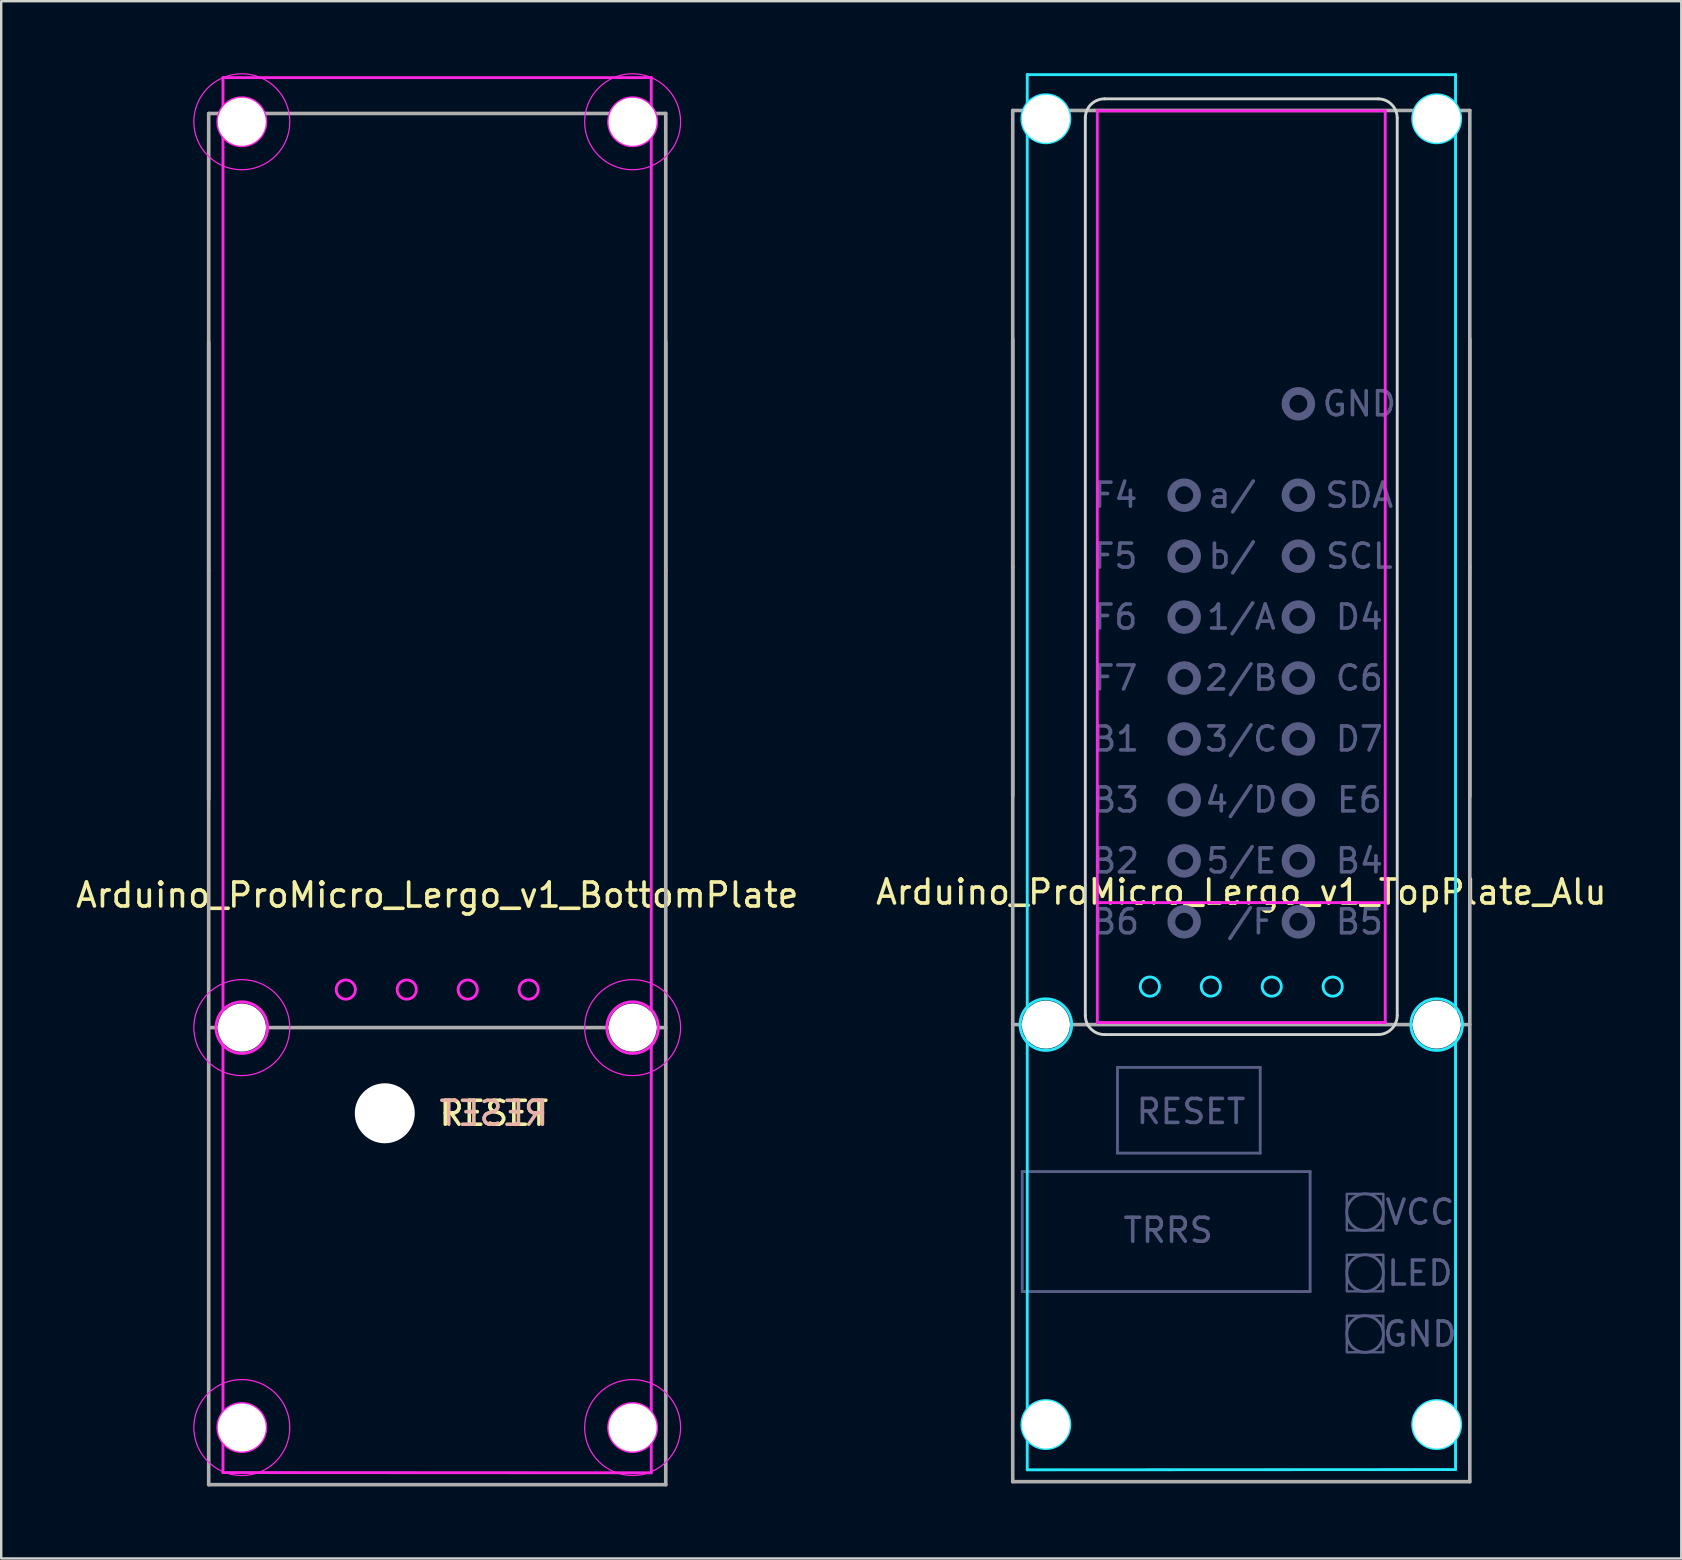
<source format=kicad_pcb>
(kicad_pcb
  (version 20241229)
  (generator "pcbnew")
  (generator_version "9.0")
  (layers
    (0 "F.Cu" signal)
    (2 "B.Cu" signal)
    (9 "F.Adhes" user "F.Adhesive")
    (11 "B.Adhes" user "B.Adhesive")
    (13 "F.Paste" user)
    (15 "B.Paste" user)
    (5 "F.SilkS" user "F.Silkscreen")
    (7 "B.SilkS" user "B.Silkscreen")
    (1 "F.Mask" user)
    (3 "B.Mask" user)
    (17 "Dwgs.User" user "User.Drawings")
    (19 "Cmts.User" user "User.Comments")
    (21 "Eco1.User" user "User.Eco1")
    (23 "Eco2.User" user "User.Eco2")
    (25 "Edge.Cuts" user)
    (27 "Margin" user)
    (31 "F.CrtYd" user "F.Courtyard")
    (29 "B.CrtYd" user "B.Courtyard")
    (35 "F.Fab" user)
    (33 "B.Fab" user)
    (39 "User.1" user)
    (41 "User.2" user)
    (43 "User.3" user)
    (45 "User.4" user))
  (footprint "Arduino_ProMicro_Lergo_v1_TopPlate_Alu"
    (layer "F.Cu")
    (at 48.685 30.13)
    (property "Reference" "Arduino_ProMicro_Lergo_v1_TopPlate_Alu" (at 0 4 0) (layer "F.SilkS") (effects (font (size 1 1) (thickness 0.15))))
    (attr through_hole)
    (fp_line (start -6.5 9.14) (end -6.5 -28.26) (stroke (width 0.12) (type solid)) (layer "Edge.Cuts"))
    (fp_line (start -5.7 -29.06) (end 5.7 -29.06) (stroke (width 0.12) (type solid)) (layer "Edge.Cuts"))
    (fp_line (start 5.7 9.94) (end -5.7 9.94) (stroke (width 0.12) (type solid)) (layer "Edge.Cuts"))
    (fp_line (start 6.5 -28.26) (end 6.5 9.14) (stroke (width 0.12) (type solid)) (layer "Edge.Cuts"))
    (fp_arc (start -6.5 -28.26) (mid -6.265685 -28.825685) (end -5.7 -29.06) (stroke (width 0.12) (type solid)) (layer "Edge.Cuts"))
    (fp_arc (start -5.7 9.94) (mid -6.265685 9.705685) (end -6.5 9.14) (stroke (width 0.12) (type solid)) (layer "Edge.Cuts"))
    (fp_arc (start 5.7 -29.06) (mid 6.265685 -28.825685) (end 6.5 -28.26) (stroke (width 0.12) (type solid)) (layer "Edge.Cuts"))
    (fp_arc (start 6.5 9.14) (mid 6.265685 9.705685) (end 5.7 9.94) (stroke (width 0.12) (type solid)) (layer "Edge.Cuts"))
    (fp_line (start -8.92 -30.07) (end -8.92 28.08) (stroke (width 0.12) (type solid)) (layer "B.CrtYd"))
    (fp_line (start -8.92 28.08) (end 8.93 28.07) (stroke (width 0.12) (type solid)) (layer "B.CrtYd"))
    (fp_line (start 8.93 -30.07) (end -8.92 -30.07) (stroke (width 0.12) (type solid)) (layer "B.CrtYd"))
    (fp_line (start 8.93 28.07) (end 8.93 -30.07) (stroke (width 0.12) (type solid)) (layer "B.CrtYd"))
    (fp_circle (center -8.144 -28.23) (end -9.144 -28.23) (stroke (width 0.12) (type solid)) (fill no) (layer "B.CrtYd"))
    (fp_circle (center -8.144 9.525) (end -9.219 9.525) (stroke (width 0.12) (type solid)) (fill no) (layer "B.CrtYd"))
    (fp_circle (center -8.144 26.194) (end -9.144 26.194) (stroke (width 0.12) (type solid)) (fill no) (layer "B.CrtYd"))
    (fp_circle (center -3.81 7.94) (end -4.21 7.94) (stroke (width 0.12) (type solid)) (fill no) (layer "B.CrtYd"))
    (fp_circle (center -1.27 7.94) (end -1.67 7.94) (stroke (width 0.12) (type solid)) (fill no) (layer "B.CrtYd"))
    (fp_circle (center 1.27 7.94) (end 0.87 7.94) (stroke (width 0.12) (type solid)) (fill no) (layer "B.CrtYd"))
    (fp_circle (center 3.81 7.94) (end 3.41 7.94) (stroke (width 0.12) (type solid)) (fill no) (layer "B.CrtYd"))
    (fp_circle (center 8.144 -28.23) (end 7.144 -28.23) (stroke (width 0.12) (type solid)) (fill no) (layer "B.CrtYd"))
    (fp_circle (center 8.144 9.525) (end 7.069 9.525) (stroke (width 0.12) (type solid)) (fill no) (layer "B.CrtYd"))
    (fp_circle (center 8.144 26.194) (end 7.144 26.194) (stroke (width 0.12) (type solid)) (fill no) (layer "B.CrtYd"))
    (fp_line (start -6 -28.56) (end -6 9.44) (stroke (width 0.12) (type solid)) (layer "F.CrtYd"))
    (fp_line (start -6 -28.56) (end 6 -28.56) (stroke (width 0.12) (type solid)) (layer "F.CrtYd"))
    (fp_line (start -6 4.44) (end 6 4.44) (stroke (width 0.12) (type solid)) (layer "F.CrtYd"))
    (fp_line (start -6 9.44) (end 6 9.44) (stroke (width 0.12) (type solid)) (layer "F.CrtYd"))
    (fp_line (start 6 9.44) (end 6 -28.56) (stroke (width 0.12) (type solid)) (layer "F.CrtYd"))
    (fp_line (start -9.13 15.65) (end 2.87 15.65) (stroke (width 0.12) (type solid)) (layer "B.Fab"))
    (fp_line (start -9.13 20.65) (end -9.13 15.65) (stroke (width 0.12) (type solid)) (layer "B.Fab"))
    (fp_line (start -5.16 11.31) (end 0.79 11.31) (stroke (width 0.12) (type solid)) (layer "B.Fab"))
    (fp_line (start -5.16 14.88) (end -5.16 11.31) (stroke (width 0.12) (type solid)) (layer "B.Fab"))
    (fp_line (start 0.79 11.31) (end 0.79 14.88) (stroke (width 0.12) (type solid)) (layer "B.Fab"))
    (fp_line (start 0.79 14.88) (end -5.16 14.88) (stroke (width 0.12) (type solid)) (layer "B.Fab"))
    (fp_line (start 2.87 15.65) (end 2.87 20.65) (stroke (width 0.12) (type solid)) (layer "B.Fab"))
    (fp_line (start 2.87 20.65) (end -9.13 20.65) (stroke (width 0.12) (type solid)) (layer "B.Fab"))
    (fp_circle (center -2.38 -12.54) (end -1.843 -12.54) (stroke (width 0.325) (type solid)) (fill no) (layer "B.Fab"))
    (fp_circle (center -2.38 -10) (end -1.843 -10) (stroke (width 0.325) (type solid)) (fill no) (layer "B.Fab"))
    (fp_circle (center -2.38 -7.46) (end -1.843 -7.46) (stroke (width 0.325) (type solid)) (fill no) (layer "B.Fab"))
    (fp_circle (center -2.38 -4.92) (end -1.843 -4.92) (stroke (width 0.325) (type solid)) (fill no) (layer "B.Fab"))
    (fp_circle (center -2.38 -2.38) (end -1.843 -2.38) (stroke (width 0.325) (type solid)) (fill no) (layer "B.Fab"))
    (fp_circle (center -2.38 0.16) (end -1.843 0.16) (stroke (width 0.325) (type solid)) (fill no) (layer "B.Fab"))
    (fp_circle (center -2.38 2.7) (end -1.843 2.7) (stroke (width 0.325) (type solid)) (fill no) (layer "B.Fab"))
    (fp_circle (center -2.38 5.24) (end -1.843 5.24) (stroke (width 0.325) (type solid)) (fill no) (layer "B.Fab"))
    (fp_circle (center 2.38 -16.35) (end 2.917 -16.35) (stroke (width 0.325) (type solid)) (fill no) (layer "B.Fab"))
    (fp_circle (center 2.38 -12.54) (end 2.917 -12.54) (stroke (width 0.325) (type solid)) (fill no) (layer "B.Fab"))
    (fp_circle (center 2.38 -10) (end 2.917 -10) (stroke (width 0.325) (type solid)) (fill no) (layer "B.Fab"))
    (fp_circle (center 2.38 -7.46) (end 2.917 -7.46) (stroke (width 0.325) (type solid)) (fill no) (layer "B.Fab"))
    (fp_circle (center 2.38 -4.92) (end 2.917 -4.92) (stroke (width 0.325) (type solid)) (fill no) (layer "B.Fab"))
    (fp_circle (center 2.38 -2.38) (end 2.917 -2.38) (stroke (width 0.325) (type solid)) (fill no) (layer "B.Fab"))
    (fp_circle (center 2.38 0.16) (end 2.917 0.16) (stroke (width 0.325) (type solid)) (fill no) (layer "B.Fab"))
    (fp_circle (center 2.38 2.7) (end 2.917 2.7) (stroke (width 0.325) (type solid)) (fill no) (layer "B.Fab"))
    (fp_circle (center 2.38 5.24) (end 2.917 5.24) (stroke (width 0.325) (type solid)) (fill no) (layer "B.Fab"))
    (fp_circle (center 5.16 17.34) (end 5.922 17.34) (stroke (width 0.12) (type solid)) (fill no) (layer "B.Fab"))
    (fp_circle (center 5.16 19.88) (end 5.922 19.88) (stroke (width 0.12) (type solid)) (fill no) (layer "B.Fab"))
    (fp_circle (center 5.16 22.42) (end 5.922 22.42) (stroke (width 0.12) (type solid)) (fill no) (layer "B.Fab"))
    (fp_poly (pts (xy 5.922 18.102) (xy 4.398 18.102) (xy 4.398 16.578) (xy 5.922 16.578)) (stroke (width 0.1) (type solid)) (fill no) (layer "B.Fab"))
    (fp_poly (pts (xy 5.922 20.642) (xy 4.398 20.642) (xy 4.398 19.118) (xy 5.922 19.118)) (stroke (width 0.1) (type solid)) (fill no) (layer "B.Fab"))
    (fp_poly (pts (xy 5.922 23.182) (xy 4.398 23.182) (xy 4.398 21.658) (xy 5.922 21.658)) (stroke (width 0.1) (type solid)) (fill no) (layer "B.Fab"))
    (fp_line (start -9.525 -28.575) (end -9.525 -9.525) (stroke (width 0.15) (type solid)) (layer "F.Fab"))
    (fp_line (start -9.525 -19.05) (end -9.525 0) (stroke (width 0.15) (type solid)) (layer "F.Fab"))
    (fp_line (start -9.525 -9.525) (end -9.525 28.575) (stroke (width 0.15) (type solid)) (layer "F.Fab"))
    (fp_line (start -9.525 9.525) (end 9.525 9.525) (stroke (width 0.15) (type solid)) (layer "F.Fab"))
    (fp_line (start -9.525 28.575) (end 9.525 28.575) (stroke (width 0.15) (type solid)) (layer "F.Fab"))
    (fp_line (start 9.525 -28.575) (end -9.525 -28.575) (stroke (width 0.15) (type solid)) (layer "F.Fab"))
    (fp_line (start 9.525 -9.525) (end 9.525 -28.575) (stroke (width 0.15) (type solid)) (layer "F.Fab"))
    (fp_line (start 9.525 0) (end 9.525 -19.05) (stroke (width 0.15) (type solid)) (layer "F.Fab"))
    (fp_line (start 9.525 28.575) (end 9.525 -9.525) (stroke (width 0.15) (type solid)) (layer "F.Fab"))
    (fp_text user "E6" (at 4.92 0.16 0) (layer "B.Fab") (effects (font (size 1 1) (thickness 0.15))))
    (fp_text user "5/E" (at 0 2.7 0) (layer "B.Fab") (effects (font (size 1 1) (thickness 0.15))))
    (fp_text user "1/A" (at 0 -7.46 0) (layer "B.Fab") (effects (font (size 1 1) (thickness 0.15))))
    (fp_text user "2/B" (at 0 -4.92 0) (layer "B.Fab") (effects (font (size 1 1) (thickness 0.15))))
    (fp_text user "F7" (at -5.24 -4.92 0) (layer "B.Fab") (effects (font (size 1 1) (thickness 0.15))))
    (fp_text user "B3" (at -5.24 0.16 0) (layer "B.Fab") (effects (font (size 1 1) (thickness 0.15))))
    (fp_text user "C6" (at 4.92 -4.92 0) (layer "B.Fab") (effects (font (size 1 1) (thickness 0.15))))
    (fp_text user "a/ " (at 0 -12.54 0) (layer "B.Fab") (effects (font (size 1 1) (thickness 0.15))))
    (fp_text user "D7" (at 4.92 -2.38 0) (layer "B.Fab") (effects (font (size 1 1) (thickness 0.15))))
    (fp_text user "D4" (at 4.92 -7.46 0) (layer "B.Fab") (effects (font (size 1 1) (thickness 0.15))))
    (fp_text user "B6" (at -5.24 5.24 0) (layer "B.Fab") (effects (font (size 1 1) (thickness 0.15))))
    (fp_text user "LED" (at 7.446 19.88 0) (layer "B.Fab") (effects (font (size 1 1) (thickness 0.15))))
    (fp_text user "GND" (at 7.446 22.42 0) (layer "B.Fab") (effects (font (size 1 1) (thickness 0.15))))
    (fp_text user "3/C" (at 0 -2.38 0) (layer "B.Fab") (effects (font (size 1 1) (thickness 0.15))))
    (fp_text user "TRRS" (at -3.048 18.098 0) (layer "B.Fab") (effects (font (size 1 1) (thickness 0.15))))
    (fp_text user "GND" (at 4.92 -16.35 0) (layer "B.Fab") (effects (font (size 1 1) (thickness 0.15))))
    (fp_text user "b/ " (at 0 -10 0) (layer "B.Fab") (effects (font (size 1 1) (thickness 0.15))))
    (fp_text user "4/D" (at 0 0.16 0) (layer "B.Fab") (effects (font (size 1 1) (thickness 0.15))))
    (fp_text user "B1" (at -5.24 -2.38 0) (layer "B.Fab") (effects (font (size 1 1) (thickness 0.15))))
    (fp_text user "B2" (at -5.24 2.7 0) (layer "B.Fab") (effects (font (size 1 1) (thickness 0.15))))
    (fp_text user "F6" (at -5.24 -7.46 0) (layer "B.Fab") (effects (font (size 1 1) (thickness 0.15))))
    (fp_text user "VCC" (at 7.446 17.34 0) (layer "B.Fab") (effects (font (size 1 1) (thickness 0.15))))
    (fp_text user "B4" (at 4.92 2.7 0) (layer "B.Fab") (effects (font (size 1 1) (thickness 0.15))))
    (fp_text user "B5" (at 4.92 5.24 0) (layer "B.Fab") (effects (font (size 1 1) (thickness 0.15))))
    (fp_text user "RESET" (at -2.095 13.145 0) (layer "B.Fab") (effects (font (size 1 1) (thickness 0.15))))
    (fp_text user "SCL" (at 4.92 -10 0) (layer "B.Fab") (effects (font (size 1 1) (thickness 0.15))))
    (fp_text user "SDA" (at 4.92 -12.54 0) (layer "B.Fab") (effects (font (size 1 1) (thickness 0.15))))
    (fp_text user "F4" (at -5.24 -12.54 0) (layer "B.Fab") (effects (font (size 1 1) (thickness 0.15))))
    (fp_text user " /F" (at 0 5.24 0) (layer "B.Fab") (effects (font (size 1 1) (thickness 0.15))))
    (fp_text user "F5" (at -5.24 -10 0) (layer "B.Fab") (effects (font (size 1 1) (thickness 0.15))))
    (pad "" np_thru_hole circle (at -8.144 -28.23) (size 2 2) (drill 2) (layers "*.Cu" "*.Mask"))
    (pad "" np_thru_hole circle (at -8.144 9.525) (size 2 2) (drill 2) (layers "*.Cu" "*.Mask"))
    (pad "" np_thru_hole circle (at -8.144 26.194) (size 2 2) (drill 2) (layers "*.Cu" "*.Mask"))
    (pad "" np_thru_hole circle (at 8.144 -28.23) (size 2 2) (drill 2) (layers "*.Cu" "*.Mask"))
    (pad "" np_thru_hole circle (at 8.144 9.525) (size 2 2) (drill 2) (layers "*.Cu" "*.Mask"))
    (pad "" np_thru_hole circle (at 8.144 26.194) (size 2 2) (drill 2) (layers "*.Cu" "*.Mask")))
  (footprint "Arduino_ProMicro_Lergo_v1_BottomPlate"
    (layer "F.Cu")
    (at 15.173 30.255)
    (property "Reference" "Arduino_ProMicro_Lergo_v1_BottomPlate" (at 0 4 0) (layer "F.SilkS") (effects (font (size 1 1) (thickness 0.15))))
    (attr through_hole)
    (fp_line (start -8.93 -30.07) (end 8.92 -30.07) (stroke (width 0.12) (type solid)) (layer "F.CrtYd"))
    (fp_line (start -8.93 28.07) (end -8.93 -30.07) (stroke (width 0.12) (type solid)) (layer "F.CrtYd"))
    (fp_line (start 8.92 -30.07) (end 8.92 28.08) (stroke (width 0.12) (type solid)) (layer "F.CrtYd"))
    (fp_line (start 8.92 28.08) (end -8.93 28.07) (stroke (width 0.12) (type solid)) (layer "F.CrtYd"))
    (fp_circle (center -8.144 -28.23) (end -7.144 -28.23) (stroke (width 0.12) (type solid)) (fill no) (layer "F.CrtYd"))
    (fp_circle (center -8.144 -28.23) (end -6.144 -28.23) (stroke (width 0.05) (type solid)) (fill no) (layer "F.CrtYd"))
    (fp_circle (center -8.144 9.525) (end -7.069 9.525) (stroke (width 0.12) (type solid)) (fill no) (layer "F.CrtYd"))
    (fp_circle (center -8.144 9.525) (end -6.144 9.525) (stroke (width 0.05) (type solid)) (fill no) (layer "F.CrtYd"))
    (fp_circle (center -8.144 26.194) (end -7.144 26.194) (stroke (width 0.12) (type solid)) (fill no) (layer "F.CrtYd"))
    (fp_circle (center -8.144 26.194) (end -6.144 26.194) (stroke (width 0.05) (type solid)) (fill no) (layer "F.CrtYd"))
    (fp_circle (center -3.81 7.94) (end -3.41 7.94) (stroke (width 0.12) (type solid)) (fill no) (layer "F.CrtYd"))
    (fp_circle (center -1.27 7.94) (end -0.87 7.94) (stroke (width 0.12) (type solid)) (fill no) (layer "F.CrtYd"))
    (fp_circle (center 1.27 7.94) (end 1.67 7.94) (stroke (width 0.12) (type solid)) (fill no) (layer "F.CrtYd"))
    (fp_circle (center 3.81 7.94) (end 4.21 7.94) (stroke (width 0.12) (type solid)) (fill no) (layer "F.CrtYd"))
    (fp_circle (center 8.144 -28.23) (end 9.144 -28.23) (stroke (width 0.12) (type solid)) (fill no) (layer "F.CrtYd"))
    (fp_circle (center 8.144 -28.23) (end 10.144 -28.23) (stroke (width 0.05) (type solid)) (fill no) (layer "F.CrtYd"))
    (fp_circle (center 8.144 9.525) (end 9.219 9.525) (stroke (width 0.12) (type solid)) (fill no) (layer "F.CrtYd"))
    (fp_circle (center 8.144 9.525) (end 10.144 9.525) (stroke (width 0.05) (type solid)) (fill no) (layer "F.CrtYd"))
    (fp_circle (center 8.144 26.194) (end 9.144 26.194) (stroke (width 0.12) (type solid)) (fill no) (layer "F.CrtYd"))
    (fp_circle (center 8.144 26.194) (end 10.144 26.194) (stroke (width 0.05) (type solid)) (fill no) (layer "F.CrtYd"))
    (fp_line (start -9.525 -28.575) (end -9.525 -9.525) (stroke (width 0.15) (type solid)) (layer "F.Fab"))
    (fp_line (start -9.525 -19.05) (end -9.525 0) (stroke (width 0.15) (type solid)) (layer "F.Fab"))
    (fp_line (start -9.525 -9.525) (end -9.525 28.575) (stroke (width 0.15) (type solid)) (layer "F.Fab"))
    (fp_line (start -9.525 9.525) (end 9.525 9.525) (stroke (width 0.15) (type solid)) (layer "F.Fab"))
    (fp_line (start -9.525 28.575) (end 9.525 28.575) (stroke (width 0.15) (type solid)) (layer "F.Fab"))
    (fp_line (start 9.525 -28.575) (end -9.525 -28.575) (stroke (width 0.15) (type solid)) (layer "F.Fab"))
    (fp_line (start 9.525 -9.525) (end 9.525 -28.575) (stroke (width 0.15) (type solid)) (layer "F.Fab"))
    (fp_line (start 9.525 0) (end 9.525 -19.05) (stroke (width 0.15) (type solid)) (layer "F.Fab"))
    (fp_line (start 9.525 28.575) (end 9.525 -9.525) (stroke (width 0.15) (type solid)) (layer "F.Fab"))
    (fp_text user "RESET" (at 0 13.097 0) (layer "F.SilkS") (effects (font (size 1 1) (thickness 0.15)) (justify left)))
    (fp_text user "RESET" (at 0 13.097 0) (layer "B.SilkS") (effects (font (size 1 1) (thickness 0.15)) (justify right mirror)))
    (pad "" np_thru_hole circle (at -8.144 -28.23) (size 2 2) (drill 2) (layers "*.Cu" "*.Mask"))
    (pad "" np_thru_hole circle (at -8.144 9.525) (size 2 2) (drill 2) (layers "*.Cu" "*.Mask"))
    (pad "" np_thru_hole circle (at -8.144 26.194) (size 2 2) (drill 2) (layers "*.Cu" "*.Mask"))
    (pad "" np_thru_hole circle (at -2.185 13.095) (size 2.5 2.5) (drill 2.5) (layers "*.Cu" "*.Mask"))
    (pad "" np_thru_hole circle (at 8.144 -28.23) (size 2 2) (drill 2) (layers "*.Cu" "*.Mask"))
    (pad "" np_thru_hole circle (at 8.144 9.525) (size 2 2) (drill 2) (layers "*.Cu" "*.Mask"))
    (pad "" np_thru_hole circle (at 8.144 26.194) (size 2 2) (drill 2) (layers "*.Cu" "*.Mask")))
  (gr_rect
    (start -3 -3)
    (end 67.024 61.905)
    (stroke (width 0.1) (type default))
    (fill no)
    (layer "Edge.Cuts")))
</source>
